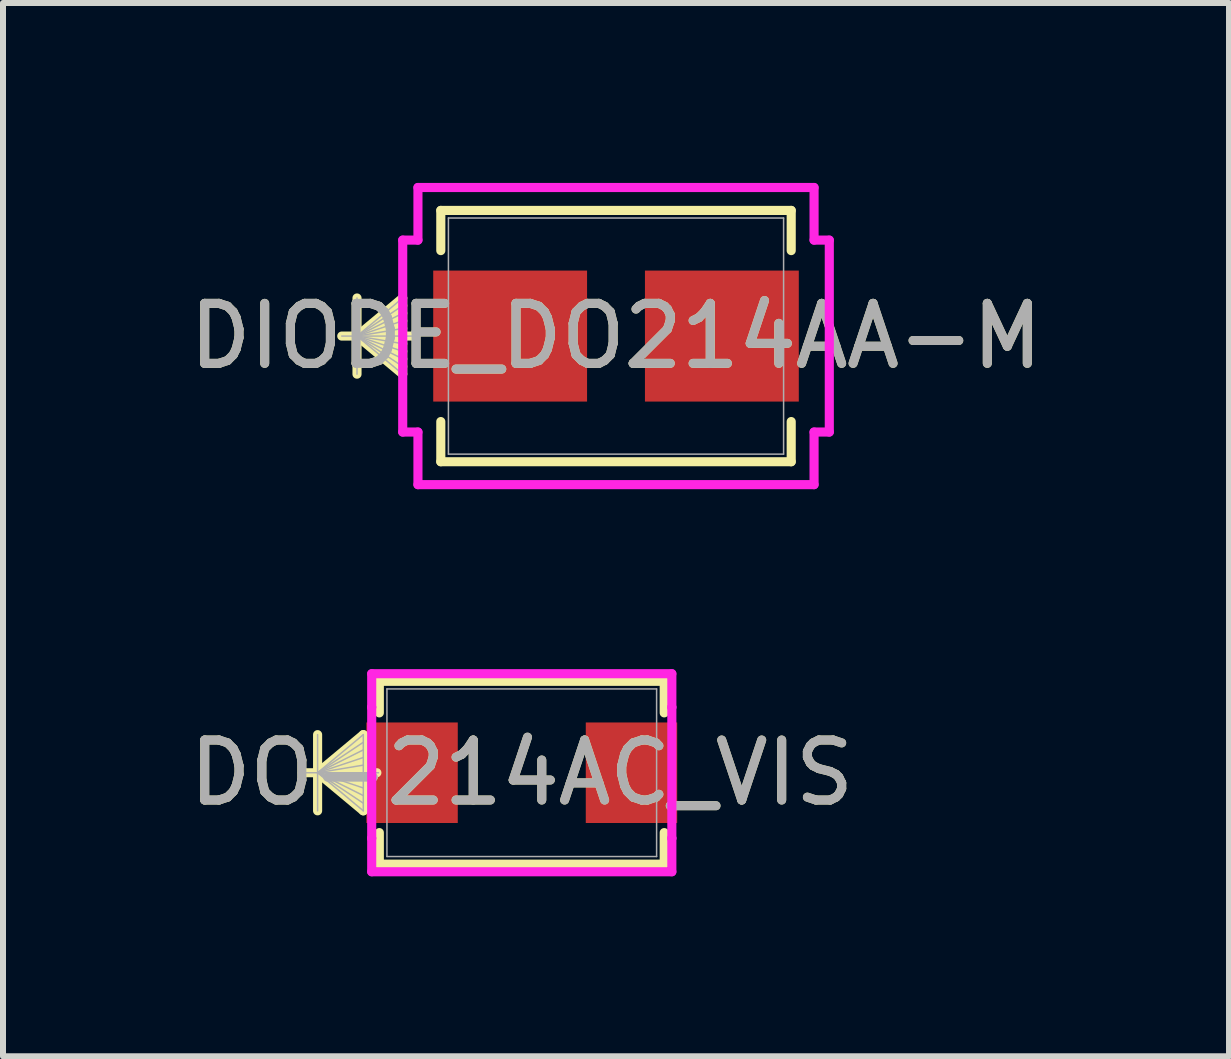
<source format=kicad_pcb>
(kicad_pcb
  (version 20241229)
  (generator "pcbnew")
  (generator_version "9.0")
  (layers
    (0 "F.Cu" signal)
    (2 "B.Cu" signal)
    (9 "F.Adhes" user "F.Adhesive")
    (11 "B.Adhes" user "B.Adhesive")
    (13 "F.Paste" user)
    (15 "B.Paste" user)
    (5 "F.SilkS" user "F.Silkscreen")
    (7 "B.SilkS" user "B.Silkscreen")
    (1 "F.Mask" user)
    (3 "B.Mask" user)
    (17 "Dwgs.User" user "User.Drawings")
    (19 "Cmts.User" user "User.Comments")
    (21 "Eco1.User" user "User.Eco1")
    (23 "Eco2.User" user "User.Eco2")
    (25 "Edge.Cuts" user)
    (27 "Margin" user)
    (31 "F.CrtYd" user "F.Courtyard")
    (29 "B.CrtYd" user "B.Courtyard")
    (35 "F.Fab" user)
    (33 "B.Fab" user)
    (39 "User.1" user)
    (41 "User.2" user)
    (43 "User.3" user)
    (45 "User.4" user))
  (footprint "DO-214AC_VIS"
    (layer "F.Cu")
    (at 5.649 9.833)
    (property "Reference" "DO-214AC_VIS" (at 0 0 0) (unlocked yes) (layer "F.SilkS") (effects (font (size 1 1) (thickness 0.15))))
    (attr smd)
    (fp_line (start -3.404 -0.635) (end -3.404 0.635) (stroke (width 0.152) (type solid)) (layer "F.SilkS"))
    (fp_line (start -3.404 0) (end -2.642 -0.635) (stroke (width 0.152) (type solid)) (layer "F.SilkS"))
    (fp_line (start -3.404 0) (end -2.642 -0.508) (stroke (width 0.152) (type solid)) (layer "F.SilkS"))
    (fp_line (start -3.404 0) (end -2.642 -0.381) (stroke (width 0.152) (type solid)) (layer "F.SilkS"))
    (fp_line (start -3.404 0) (end -2.642 -0.254) (stroke (width 0.152) (type solid)) (layer "F.SilkS"))
    (fp_line (start -3.404 0) (end -2.642 -0.127) (stroke (width 0.152) (type solid)) (layer "F.SilkS"))
    (fp_line (start -3.404 0) (end -2.642 0.127) (stroke (width 0.152) (type solid)) (layer "F.SilkS"))
    (fp_line (start -3.404 0) (end -2.642 0.254) (stroke (width 0.152) (type solid)) (layer "F.SilkS"))
    (fp_line (start -3.404 0) (end -2.642 0.381) (stroke (width 0.152) (type solid)) (layer "F.SilkS"))
    (fp_line (start -3.404 0) (end -2.642 0.508) (stroke (width 0.152) (type solid)) (layer "F.SilkS"))
    (fp_line (start -3.404 0) (end -2.642 0.635) (stroke (width 0.152) (type solid)) (layer "F.SilkS"))
    (fp_line (start -2.642 -0.635) (end -2.642 0.635) (stroke (width 0.152) (type solid)) (layer "F.SilkS"))
    (fp_line (start -2.416 0) (end -3.658 0) (stroke (width 0.152) (type solid)) (layer "F.SilkS"))
    (fp_line (start -2.375 -1.524) (end -2.375 -0.998) (stroke (width 0.152) (type solid)) (layer "F.SilkS"))
    (fp_line (start -2.375 0.998) (end -2.375 1.524) (stroke (width 0.152) (type solid)) (layer "F.SilkS"))
    (fp_line (start -2.375 1.524) (end 2.375 1.524) (stroke (width 0.152) (type solid)) (layer "F.SilkS"))
    (fp_line (start 2.375 -1.524) (end -2.375 -1.524) (stroke (width 0.152) (type solid)) (layer "F.SilkS"))
    (fp_line (start 2.375 -0.998) (end 2.375 -1.524) (stroke (width 0.152) (type solid)) (layer "F.SilkS"))
    (fp_line (start 2.375 1.524) (end 2.375 0.998) (stroke (width 0.152) (type solid)) (layer "F.SilkS"))
    (fp_line (start -2.502 -1.651) (end 2.502 -1.651) (stroke (width 0.152) (type solid)) (layer "F.CrtYd"))
    (fp_line (start -2.502 -1.092) (end -2.502 -1.651) (stroke (width 0.152) (type solid)) (layer "F.CrtYd"))
    (fp_line (start -2.502 -1.092) (end -2.502 -1.092) (stroke (width 0.152) (type solid)) (layer "F.CrtYd"))
    (fp_line (start -2.502 1.092) (end -2.502 -1.092) (stroke (width 0.152) (type solid)) (layer "F.CrtYd"))
    (fp_line (start -2.502 1.092) (end -2.502 1.092) (stroke (width 0.152) (type solid)) (layer "F.CrtYd"))
    (fp_line (start -2.502 1.651) (end -2.502 1.092) (stroke (width 0.152) (type solid)) (layer "F.CrtYd"))
    (fp_line (start 2.502 -1.651) (end 2.502 -1.092) (stroke (width 0.152) (type solid)) (layer "F.CrtYd"))
    (fp_line (start 2.502 -1.092) (end 2.502 -1.092) (stroke (width 0.152) (type solid)) (layer "F.CrtYd"))
    (fp_line (start 2.502 -1.092) (end 2.502 1.092) (stroke (width 0.152) (type solid)) (layer "F.CrtYd"))
    (fp_line (start 2.502 1.092) (end 2.502 1.092) (stroke (width 0.152) (type solid)) (layer "F.CrtYd"))
    (fp_line (start 2.502 1.092) (end 2.502 1.651) (stroke (width 0.152) (type solid)) (layer "F.CrtYd"))
    (fp_line (start 2.502 1.651) (end -2.502 1.651) (stroke (width 0.152) (type solid)) (layer "F.CrtYd"))
    (fp_line (start -3.404 -0.635) (end -3.404 0.635) (stroke (width 0.025) (type solid)) (layer "F.Fab"))
    (fp_line (start -3.404 0) (end -2.642 -0.635) (stroke (width 0.025) (type solid)) (layer "F.Fab"))
    (fp_line (start -3.404 0) (end -2.642 -0.508) (stroke (width 0.025) (type solid)) (layer "F.Fab"))
    (fp_line (start -3.404 0) (end -2.642 -0.381) (stroke (width 0.025) (type solid)) (layer "F.Fab"))
    (fp_line (start -3.404 0) (end -2.642 -0.254) (stroke (width 0.025) (type solid)) (layer "F.Fab"))
    (fp_line (start -3.404 0) (end -2.642 -0.127) (stroke (width 0.025) (type solid)) (layer "F.Fab"))
    (fp_line (start -3.404 0) (end -2.642 0.127) (stroke (width 0.025) (type solid)) (layer "F.Fab"))
    (fp_line (start -3.404 0) (end -2.642 0.254) (stroke (width 0.025) (type solid)) (layer "F.Fab"))
    (fp_line (start -3.404 0) (end -2.642 0.381) (stroke (width 0.025) (type solid)) (layer "F.Fab"))
    (fp_line (start -3.404 0) (end -2.642 0.508) (stroke (width 0.025) (type solid)) (layer "F.Fab"))
    (fp_line (start -3.404 0) (end -2.642 0.635) (stroke (width 0.025) (type solid)) (layer "F.Fab"))
    (fp_line (start -2.642 -0.635) (end -2.642 0.635) (stroke (width 0.025) (type solid)) (layer "F.Fab"))
    (fp_line (start -2.388 0) (end -3.658 0) (stroke (width 0.025) (type solid)) (layer "F.Fab"))
    (fp_line (start -2.248 -1.397) (end -2.248 1.397) (stroke (width 0.025) (type solid)) (layer "F.Fab"))
    (fp_line (start -2.248 1.397) (end 2.248 1.397) (stroke (width 0.025) (type solid)) (layer "F.Fab"))
    (fp_line (start 2.248 -1.397) (end -2.248 -1.397) (stroke (width 0.025) (type solid)) (layer "F.Fab"))
    (fp_line (start 2.248 1.397) (end 2.248 -1.397) (stroke (width 0.025) (type solid)) (layer "F.Fab"))
    (fp_text user "${REFERENCE}" (at 0 0 0) (unlocked yes) (layer "F.Fab") (effects (font (size 1 1) (thickness 0.15))))
    (pad "1" smd rect (at -1.829 0) (size 1.524 1.676) (layers "F.Cu" "F.Mask" "F.Paste"))
    (pad "2" smd rect (at 1.829 0) (size 1.524 1.676) (layers "F.Cu" "F.Mask" "F.Paste"))
    (zone (net_name "") (layer "F.Cu") (hatch full 0.508) (connect_pads) (min_thickness 0.254) (filled_areas_thickness no) (keepout (tracks not_allowed) (vias not_allowed) (pads allowed) (copperpour not_allowed) (footprints allowed)) (placement (enabled no)) (fill) (polygon (pts (xy 3.452 8.486) (xy 7.846 8.486) (xy 7.846 8.944) (xy 3.452 8.944))))
    (zone (net_name "") (layer "F.Cu") (hatch full 0.508) (connect_pads) (min_thickness 0.254) (filled_areas_thickness no) (keepout (tracks not_allowed) (vias not_allowed) (pads allowed) (copperpour not_allowed) (footprints allowed)) (placement (enabled no)) (fill) (polygon (pts (xy 3.452 10.722) (xy 7.846 10.722) (xy 7.846 11.179) (xy 3.452 11.179))))
    (zone (net_name "") (layer "F.Cu") (hatch full 0.508) (connect_pads) (min_thickness 0.254) (filled_areas_thickness no) (keepout (tracks not_allowed) (vias not_allowed) (pads allowed) (copperpour not_allowed) (footprints allowed)) (placement (enabled no)) (fill) (polygon (pts (xy 4.722 8.944) (xy 6.576 8.944) (xy 6.576 10.722) (xy 4.722 10.722)))))
  (footprint "DIODE_DO214AA-M"
    (layer "F.Cu")
    (at 7.22 2.553)
    (property "Reference" "DIODE_DO214AA-M" (at 0 0 0) (unlocked yes) (layer "F.SilkS") (effects (font (size 1 1) (thickness 0.15))))
    (attr smd)
    (fp_line (start -4.318 -0.635) (end -4.318 0.635) (stroke (width 0.152) (type solid)) (layer "F.SilkS"))
    (fp_line (start -4.318 0) (end -3.556 -0.635) (stroke (width 0.152) (type solid)) (layer "F.SilkS"))
    (fp_line (start -4.318 0) (end -3.556 -0.508) (stroke (width 0.152) (type solid)) (layer "F.SilkS"))
    (fp_line (start -4.318 0) (end -3.556 -0.381) (stroke (width 0.152) (type solid)) (layer "F.SilkS"))
    (fp_line (start -4.318 0) (end -3.556 -0.254) (stroke (width 0.152) (type solid)) (layer "F.SilkS"))
    (fp_line (start -4.318 0) (end -3.556 -0.127) (stroke (width 0.152) (type solid)) (layer "F.SilkS"))
    (fp_line (start -4.318 0) (end -3.556 0.127) (stroke (width 0.152) (type solid)) (layer "F.SilkS"))
    (fp_line (start -4.318 0) (end -3.556 0.254) (stroke (width 0.152) (type solid)) (layer "F.SilkS"))
    (fp_line (start -4.318 0) (end -3.556 0.381) (stroke (width 0.152) (type solid)) (layer "F.SilkS"))
    (fp_line (start -4.318 0) (end -3.556 0.508) (stroke (width 0.152) (type solid)) (layer "F.SilkS"))
    (fp_line (start -4.318 0) (end -3.556 0.635) (stroke (width 0.152) (type solid)) (layer "F.SilkS"))
    (fp_line (start -3.556 -0.635) (end -3.556 0.635) (stroke (width 0.152) (type solid)) (layer "F.SilkS"))
    (fp_line (start -3.381 0) (end -4.572 0) (stroke (width 0.152) (type solid)) (layer "F.SilkS"))
    (fp_line (start -2.921 -2.095) (end -2.921 -1.425) (stroke (width 0.152) (type solid)) (layer "F.SilkS"))
    (fp_line (start -2.921 1.425) (end -2.921 2.095) (stroke (width 0.152) (type solid)) (layer "F.SilkS"))
    (fp_line (start -2.921 2.095) (end 2.921 2.095) (stroke (width 0.152) (type solid)) (layer "F.SilkS"))
    (fp_line (start 2.921 -2.095) (end -2.921 -2.095) (stroke (width 0.152) (type solid)) (layer "F.SilkS"))
    (fp_line (start 2.921 -1.425) (end 2.921 -2.095) (stroke (width 0.152) (type solid)) (layer "F.SilkS"))
    (fp_line (start 2.921 2.095) (end 2.921 1.425) (stroke (width 0.152) (type solid)) (layer "F.SilkS"))
    (fp_line (start -3.556 -1.6) (end -3.302 -1.6) (stroke (width 0.152) (type solid)) (layer "F.CrtYd"))
    (fp_line (start -3.556 1.6) (end -3.556 -1.6) (stroke (width 0.152) (type solid)) (layer "F.CrtYd"))
    (fp_line (start -3.302 -2.477) (end 3.302 -2.477) (stroke (width 0.152) (type solid)) (layer "F.CrtYd"))
    (fp_line (start -3.302 -1.6) (end -3.302 -2.477) (stroke (width 0.152) (type solid)) (layer "F.CrtYd"))
    (fp_line (start -3.302 1.6) (end -3.556 1.6) (stroke (width 0.152) (type solid)) (layer "F.CrtYd"))
    (fp_line (start -3.302 2.477) (end -3.302 1.6) (stroke (width 0.152) (type solid)) (layer "F.CrtYd"))
    (fp_line (start 3.302 -2.477) (end 3.302 -1.6) (stroke (width 0.152) (type solid)) (layer "F.CrtYd"))
    (fp_line (start 3.302 -1.6) (end 3.556 -1.6) (stroke (width 0.152) (type solid)) (layer "F.CrtYd"))
    (fp_line (start 3.302 1.6) (end 3.302 2.477) (stroke (width 0.152) (type solid)) (layer "F.CrtYd"))
    (fp_line (start 3.302 2.477) (end -3.302 2.477) (stroke (width 0.152) (type solid)) (layer "F.CrtYd"))
    (fp_line (start 3.556 -1.6) (end 3.556 1.6) (stroke (width 0.152) (type solid)) (layer "F.CrtYd"))
    (fp_line (start 3.556 1.6) (end 3.302 1.6) (stroke (width 0.152) (type solid)) (layer "F.CrtYd"))
    (fp_line (start -4.318 -0.635) (end -4.318 0.635) (stroke (width 0.025) (type solid)) (layer "F.Fab"))
    (fp_line (start -4.318 0) (end -3.556 -0.635) (stroke (width 0.025) (type solid)) (layer "F.Fab"))
    (fp_line (start -4.318 0) (end -3.556 -0.508) (stroke (width 0.025) (type solid)) (layer "F.Fab"))
    (fp_line (start -4.318 0) (end -3.556 -0.381) (stroke (width 0.025) (type solid)) (layer "F.Fab"))
    (fp_line (start -4.318 0) (end -3.556 -0.254) (stroke (width 0.025) (type solid)) (layer "F.Fab"))
    (fp_line (start -4.318 0) (end -3.556 -0.127) (stroke (width 0.025) (type solid)) (layer "F.Fab"))
    (fp_line (start -4.318 0) (end -3.556 0.127) (stroke (width 0.025) (type solid)) (layer "F.Fab"))
    (fp_line (start -4.318 0) (end -3.556 0.254) (stroke (width 0.025) (type solid)) (layer "F.Fab"))
    (fp_line (start -4.318 0) (end -3.556 0.381) (stroke (width 0.025) (type solid)) (layer "F.Fab"))
    (fp_line (start -4.318 0) (end -3.556 0.508) (stroke (width 0.025) (type solid)) (layer "F.Fab"))
    (fp_line (start -4.318 0) (end -3.556 0.635) (stroke (width 0.025) (type solid)) (layer "F.Fab"))
    (fp_line (start -3.556 -0.635) (end -3.556 0.635) (stroke (width 0.025) (type solid)) (layer "F.Fab"))
    (fp_line (start -3.302 0) (end -4.572 0) (stroke (width 0.025) (type solid)) (layer "F.Fab"))
    (fp_line (start -2.794 -1.968) (end -2.794 1.968) (stroke (width 0.025) (type solid)) (layer "F.Fab"))
    (fp_line (start -2.794 1.968) (end 2.794 1.968) (stroke (width 0.025) (type solid)) (layer "F.Fab"))
    (fp_line (start 2.794 -1.968) (end -2.794 -1.968) (stroke (width 0.025) (type solid)) (layer "F.Fab"))
    (fp_line (start 2.794 1.968) (end 2.794 -1.968) (stroke (width 0.025) (type solid)) (layer "F.Fab"))
    (fp_text user "${REFERENCE}" (at 0 0 0) (unlocked yes) (layer "F.Fab") (effects (font (size 1 1) (thickness 0.15))))
    (pad "1" smd rect (at -1.765 0 90) (size 2.184 2.565) (layers "F.Cu" "F.Mask" "F.Paste"))
    (pad "2" smd rect (at 1.765 0 90) (size 2.184 2.565) (layers "F.Cu" "F.Mask" "F.Paste"))
    (zone (net_name "") (layer "F.Cu") (hatch full 0.508) (connect_pads) (min_thickness 0.254) (filled_areas_thickness no) (keepout (tracks not_allowed) (vias not_allowed) (pads allowed) (copperpour not_allowed) (footprints allowed)) (placement (enabled no)) (fill) (polygon (pts (xy 4.477 0.635) (xy 9.963 0.635) (xy 9.963 1.41) (xy 4.477 1.41))))
    (zone (net_name "") (layer "F.Cu") (hatch full 0.508) (connect_pads) (min_thickness 0.254) (filled_areas_thickness no) (keepout (tracks not_allowed) (vias not_allowed) (pads allowed) (copperpour not_allowed) (footprints allowed)) (placement (enabled no)) (fill) (polygon (pts (xy 4.477 3.696) (xy 9.963 3.696) (xy 9.963 4.47) (xy 4.477 4.47))))
    (zone (net_name "") (layer "F.Cu") (hatch full 0.508) (connect_pads) (min_thickness 0.254) (filled_areas_thickness no) (keepout (tracks not_allowed) (vias not_allowed) (pads allowed) (copperpour not_allowed) (footprints allowed)) (placement (enabled no)) (fill) (polygon (pts (xy 6.788 1.41) (xy 7.652 1.41) (xy 7.652 3.696) (xy 6.788 3.696)))))
  (gr_rect
    (start -3 -3)
    (end 17.44 14.56)
    (stroke (width 0.1) (type default))
    (fill no)
    (layer "Edge.Cuts")))
</source>
